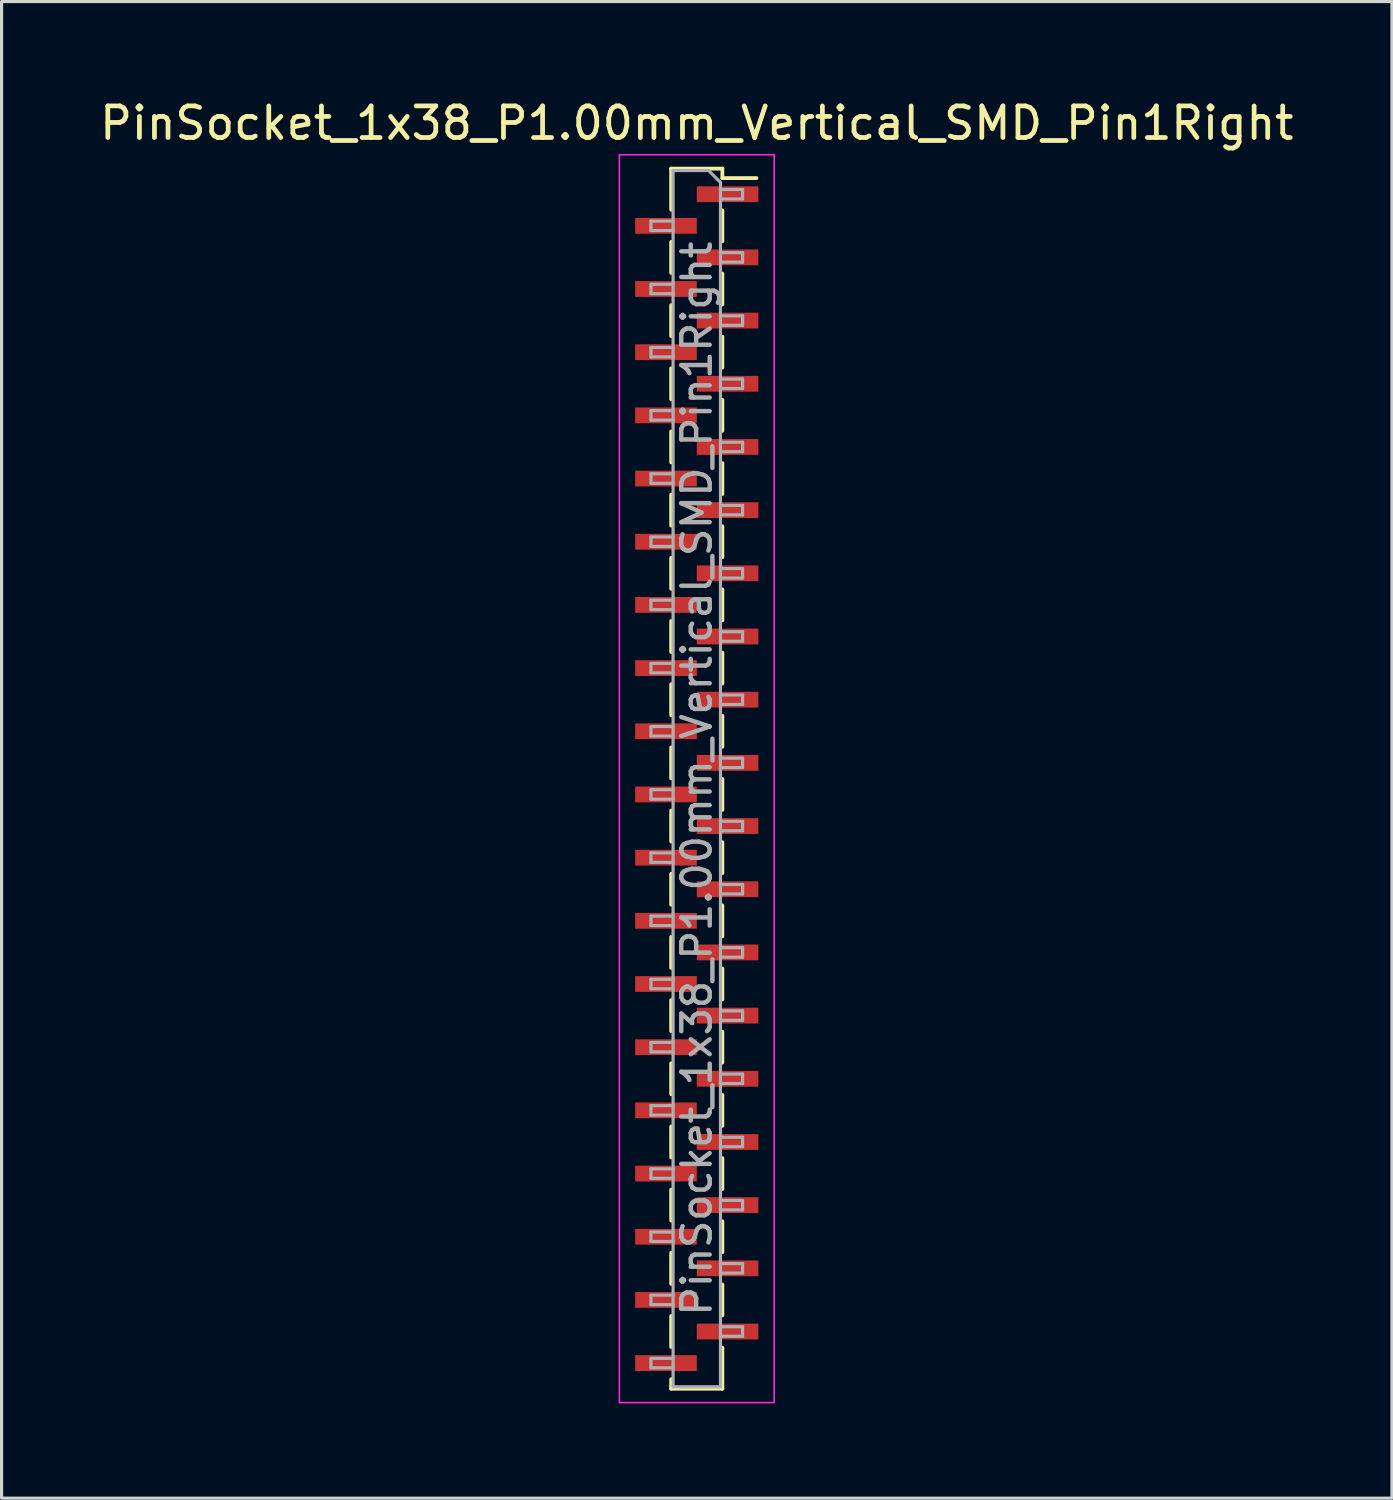
<source format=kicad_pcb>
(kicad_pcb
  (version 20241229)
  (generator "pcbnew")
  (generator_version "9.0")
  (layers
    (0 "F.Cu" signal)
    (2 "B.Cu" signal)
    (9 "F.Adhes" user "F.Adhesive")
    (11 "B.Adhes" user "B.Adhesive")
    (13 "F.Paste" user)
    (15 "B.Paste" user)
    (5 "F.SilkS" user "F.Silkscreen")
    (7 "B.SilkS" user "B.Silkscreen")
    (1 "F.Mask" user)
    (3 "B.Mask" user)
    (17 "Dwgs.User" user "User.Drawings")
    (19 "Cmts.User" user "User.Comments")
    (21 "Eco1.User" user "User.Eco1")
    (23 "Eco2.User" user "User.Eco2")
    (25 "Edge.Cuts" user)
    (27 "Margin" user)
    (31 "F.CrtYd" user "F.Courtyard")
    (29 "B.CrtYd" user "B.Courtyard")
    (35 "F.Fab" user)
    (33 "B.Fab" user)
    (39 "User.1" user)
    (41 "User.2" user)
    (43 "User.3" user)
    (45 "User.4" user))
  (footprint "PinSocket_1x38_P1.00mm_Vertical_SMD_Pin1Right"
    (layer "F.Cu")
    (at 19.006 21.598)
    (property "Reference" "PinSocket_1x38_P1.00mm_Vertical_SMD_Pin1Right" (at 0 -20.75 0) (layer "F.SilkS") (effects (font (size 1 1) (thickness 0.15))))
    (attr smd)
    (fp_line (start -0.81 -19.31) (end -0.81 -18.01) (stroke (width 0.12) (type solid)) (layer "F.SilkS"))
    (fp_line (start -0.81 -19.31) (end 0.81 -19.31) (stroke (width 0.12) (type solid)) (layer "F.SilkS"))
    (fp_line (start -0.81 -16.99) (end -0.81 -16.01) (stroke (width 0.12) (type solid)) (layer "F.SilkS"))
    (fp_line (start -0.81 -14.99) (end -0.81 -14.01) (stroke (width 0.12) (type solid)) (layer "F.SilkS"))
    (fp_line (start -0.81 -12.99) (end -0.81 -12.01) (stroke (width 0.12) (type solid)) (layer "F.SilkS"))
    (fp_line (start -0.81 -10.99) (end -0.81 -10.01) (stroke (width 0.12) (type solid)) (layer "F.SilkS"))
    (fp_line (start -0.81 -8.99) (end -0.81 -8.01) (stroke (width 0.12) (type solid)) (layer "F.SilkS"))
    (fp_line (start -0.81 -6.99) (end -0.81 -6.01) (stroke (width 0.12) (type solid)) (layer "F.SilkS"))
    (fp_line (start -0.81 -4.99) (end -0.81 -4.01) (stroke (width 0.12) (type solid)) (layer "F.SilkS"))
    (fp_line (start -0.81 -2.99) (end -0.81 -2.01) (stroke (width 0.12) (type solid)) (layer "F.SilkS"))
    (fp_line (start -0.81 -0.99) (end -0.81 -0.01) (stroke (width 0.12) (type solid)) (layer "F.SilkS"))
    (fp_line (start -0.81 1.01) (end -0.81 1.99) (stroke (width 0.12) (type solid)) (layer "F.SilkS"))
    (fp_line (start -0.81 3.01) (end -0.81 3.99) (stroke (width 0.12) (type solid)) (layer "F.SilkS"))
    (fp_line (start -0.81 5.01) (end -0.81 5.99) (stroke (width 0.12) (type solid)) (layer "F.SilkS"))
    (fp_line (start -0.81 7.01) (end -0.81 7.99) (stroke (width 0.12) (type solid)) (layer "F.SilkS"))
    (fp_line (start -0.81 9.01) (end -0.81 9.99) (stroke (width 0.12) (type solid)) (layer "F.SilkS"))
    (fp_line (start -0.81 11.01) (end -0.81 11.99) (stroke (width 0.12) (type solid)) (layer "F.SilkS"))
    (fp_line (start -0.81 13.01) (end -0.81 13.99) (stroke (width 0.12) (type solid)) (layer "F.SilkS"))
    (fp_line (start -0.81 15.01) (end -0.81 15.99) (stroke (width 0.12) (type solid)) (layer "F.SilkS"))
    (fp_line (start -0.81 17.01) (end -0.81 17.99) (stroke (width 0.12) (type solid)) (layer "F.SilkS"))
    (fp_line (start -0.81 19.01) (end -0.81 19.31) (stroke (width 0.12) (type solid)) (layer "F.SilkS"))
    (fp_line (start -0.81 19.31) (end 0.81 19.31) (stroke (width 0.12) (type solid)) (layer "F.SilkS"))
    (fp_line (start 0.81 -19.31) (end 0.81 -19.01) (stroke (width 0.12) (type solid)) (layer "F.SilkS"))
    (fp_line (start 0.81 -19.01) (end 1.89 -19.01) (stroke (width 0.12) (type solid)) (layer "F.SilkS"))
    (fp_line (start 0.81 -17.99) (end 0.81 -17.01) (stroke (width 0.12) (type solid)) (layer "F.SilkS"))
    (fp_line (start 0.81 -15.99) (end 0.81 -15.01) (stroke (width 0.12) (type solid)) (layer "F.SilkS"))
    (fp_line (start 0.81 -13.99) (end 0.81 -13.01) (stroke (width 0.12) (type solid)) (layer "F.SilkS"))
    (fp_line (start 0.81 -11.99) (end 0.81 -11.01) (stroke (width 0.12) (type solid)) (layer "F.SilkS"))
    (fp_line (start 0.81 -9.99) (end 0.81 -9.01) (stroke (width 0.12) (type solid)) (layer "F.SilkS"))
    (fp_line (start 0.81 -7.99) (end 0.81 -7.01) (stroke (width 0.12) (type solid)) (layer "F.SilkS"))
    (fp_line (start 0.81 -5.99) (end 0.81 -5.01) (stroke (width 0.12) (type solid)) (layer "F.SilkS"))
    (fp_line (start 0.81 -3.99) (end 0.81 -3.01) (stroke (width 0.12) (type solid)) (layer "F.SilkS"))
    (fp_line (start 0.81 -1.99) (end 0.81 -1.01) (stroke (width 0.12) (type solid)) (layer "F.SilkS"))
    (fp_line (start 0.81 0.01) (end 0.81 0.99) (stroke (width 0.12) (type solid)) (layer "F.SilkS"))
    (fp_line (start 0.81 2.01) (end 0.81 2.99) (stroke (width 0.12) (type solid)) (layer "F.SilkS"))
    (fp_line (start 0.81 4.01) (end 0.81 4.99) (stroke (width 0.12) (type solid)) (layer "F.SilkS"))
    (fp_line (start 0.81 6.01) (end 0.81 6.99) (stroke (width 0.12) (type solid)) (layer "F.SilkS"))
    (fp_line (start 0.81 8.01) (end 0.81 8.99) (stroke (width 0.12) (type solid)) (layer "F.SilkS"))
    (fp_line (start 0.81 10.01) (end 0.81 10.99) (stroke (width 0.12) (type solid)) (layer "F.SilkS"))
    (fp_line (start 0.81 12.01) (end 0.81 12.99) (stroke (width 0.12) (type solid)) (layer "F.SilkS"))
    (fp_line (start 0.81 14.01) (end 0.81 14.99) (stroke (width 0.12) (type solid)) (layer "F.SilkS"))
    (fp_line (start 0.81 16.01) (end 0.81 16.99) (stroke (width 0.12) (type solid)) (layer "F.SilkS"))
    (fp_line (start 0.81 18.01) (end 0.81 19.31) (stroke (width 0.12) (type solid)) (layer "F.SilkS"))
    (fp_line (start -2.45 -19.75) (end 2.45 -19.75) (stroke (width 0.05) (type solid)) (layer "F.CrtYd"))
    (fp_line (start -2.45 19.75) (end -2.45 -19.75) (stroke (width 0.05) (type solid)) (layer "F.CrtYd"))
    (fp_line (start 2.45 -19.75) (end 2.45 19.75) (stroke (width 0.05) (type solid)) (layer "F.CrtYd"))
    (fp_line (start 2.45 19.75) (end -2.45 19.75) (stroke (width 0.05) (type solid)) (layer "F.CrtYd"))
    (fp_line (start -1.45 -17.65) (end -0.75 -17.65) (stroke (width 0.1) (type solid)) (layer "F.Fab"))
    (fp_line (start -1.45 -17.35) (end -1.45 -17.65) (stroke (width 0.1) (type solid)) (layer "F.Fab"))
    (fp_line (start -1.45 -15.65) (end -0.75 -15.65) (stroke (width 0.1) (type solid)) (layer "F.Fab"))
    (fp_line (start -1.45 -15.35) (end -1.45 -15.65) (stroke (width 0.1) (type solid)) (layer "F.Fab"))
    (fp_line (start -1.45 -13.65) (end -0.75 -13.65) (stroke (width 0.1) (type solid)) (layer "F.Fab"))
    (fp_line (start -1.45 -13.35) (end -1.45 -13.65) (stroke (width 0.1) (type solid)) (layer "F.Fab"))
    (fp_line (start -1.45 -11.65) (end -0.75 -11.65) (stroke (width 0.1) (type solid)) (layer "F.Fab"))
    (fp_line (start -1.45 -11.35) (end -1.45 -11.65) (stroke (width 0.1) (type solid)) (layer "F.Fab"))
    (fp_line (start -1.45 -9.65) (end -0.75 -9.65) (stroke (width 0.1) (type solid)) (layer "F.Fab"))
    (fp_line (start -1.45 -9.35) (end -1.45 -9.65) (stroke (width 0.1) (type solid)) (layer "F.Fab"))
    (fp_line (start -1.45 -7.65) (end -0.75 -7.65) (stroke (width 0.1) (type solid)) (layer "F.Fab"))
    (fp_line (start -1.45 -7.35) (end -1.45 -7.65) (stroke (width 0.1) (type solid)) (layer "F.Fab"))
    (fp_line (start -1.45 -5.65) (end -0.75 -5.65) (stroke (width 0.1) (type solid)) (layer "F.Fab"))
    (fp_line (start -1.45 -5.35) (end -1.45 -5.65) (stroke (width 0.1) (type solid)) (layer "F.Fab"))
    (fp_line (start -1.45 -3.65) (end -0.75 -3.65) (stroke (width 0.1) (type solid)) (layer "F.Fab"))
    (fp_line (start -1.45 -3.35) (end -1.45 -3.65) (stroke (width 0.1) (type solid)) (layer "F.Fab"))
    (fp_line (start -1.45 -1.65) (end -0.75 -1.65) (stroke (width 0.1) (type solid)) (layer "F.Fab"))
    (fp_line (start -1.45 -1.35) (end -1.45 -1.65) (stroke (width 0.1) (type solid)) (layer "F.Fab"))
    (fp_line (start -1.45 0.35) (end -0.75 0.35) (stroke (width 0.1) (type solid)) (layer "F.Fab"))
    (fp_line (start -1.45 0.65) (end -1.45 0.35) (stroke (width 0.1) (type solid)) (layer "F.Fab"))
    (fp_line (start -1.45 2.35) (end -0.75 2.35) (stroke (width 0.1) (type solid)) (layer "F.Fab"))
    (fp_line (start -1.45 2.65) (end -1.45 2.35) (stroke (width 0.1) (type solid)) (layer "F.Fab"))
    (fp_line (start -1.45 4.35) (end -0.75 4.35) (stroke (width 0.1) (type solid)) (layer "F.Fab"))
    (fp_line (start -1.45 4.65) (end -1.45 4.35) (stroke (width 0.1) (type solid)) (layer "F.Fab"))
    (fp_line (start -1.45 6.35) (end -0.75 6.35) (stroke (width 0.1) (type solid)) (layer "F.Fab"))
    (fp_line (start -1.45 6.65) (end -1.45 6.35) (stroke (width 0.1) (type solid)) (layer "F.Fab"))
    (fp_line (start -1.45 8.35) (end -0.75 8.35) (stroke (width 0.1) (type solid)) (layer "F.Fab"))
    (fp_line (start -1.45 8.65) (end -1.45 8.35) (stroke (width 0.1) (type solid)) (layer "F.Fab"))
    (fp_line (start -1.45 10.35) (end -0.75 10.35) (stroke (width 0.1) (type solid)) (layer "F.Fab"))
    (fp_line (start -1.45 10.65) (end -1.45 10.35) (stroke (width 0.1) (type solid)) (layer "F.Fab"))
    (fp_line (start -1.45 12.35) (end -0.75 12.35) (stroke (width 0.1) (type solid)) (layer "F.Fab"))
    (fp_line (start -1.45 12.65) (end -1.45 12.35) (stroke (width 0.1) (type solid)) (layer "F.Fab"))
    (fp_line (start -1.45 14.35) (end -0.75 14.35) (stroke (width 0.1) (type solid)) (layer "F.Fab"))
    (fp_line (start -1.45 14.65) (end -1.45 14.35) (stroke (width 0.1) (type solid)) (layer "F.Fab"))
    (fp_line (start -1.45 16.35) (end -0.75 16.35) (stroke (width 0.1) (type solid)) (layer "F.Fab"))
    (fp_line (start -1.45 16.65) (end -1.45 16.35) (stroke (width 0.1) (type solid)) (layer "F.Fab"))
    (fp_line (start -1.45 18.35) (end -0.75 18.35) (stroke (width 0.1) (type solid)) (layer "F.Fab"))
    (fp_line (start -1.45 18.65) (end -1.45 18.35) (stroke (width 0.1) (type solid)) (layer "F.Fab"))
    (fp_line (start -0.75 -19.25) (end 0.375 -19.25) (stroke (width 0.1) (type solid)) (layer "F.Fab"))
    (fp_line (start -0.75 -17.35) (end -1.45 -17.35) (stroke (width 0.1) (type solid)) (layer "F.Fab"))
    (fp_line (start -0.75 -15.35) (end -1.45 -15.35) (stroke (width 0.1) (type solid)) (layer "F.Fab"))
    (fp_line (start -0.75 -13.35) (end -1.45 -13.35) (stroke (width 0.1) (type solid)) (layer "F.Fab"))
    (fp_line (start -0.75 -11.35) (end -1.45 -11.35) (stroke (width 0.1) (type solid)) (layer "F.Fab"))
    (fp_line (start -0.75 -9.35) (end -1.45 -9.35) (stroke (width 0.1) (type solid)) (layer "F.Fab"))
    (fp_line (start -0.75 -7.35) (end -1.45 -7.35) (stroke (width 0.1) (type solid)) (layer "F.Fab"))
    (fp_line (start -0.75 -5.35) (end -1.45 -5.35) (stroke (width 0.1) (type solid)) (layer "F.Fab"))
    (fp_line (start -0.75 -3.35) (end -1.45 -3.35) (stroke (width 0.1) (type solid)) (layer "F.Fab"))
    (fp_line (start -0.75 -1.35) (end -1.45 -1.35) (stroke (width 0.1) (type solid)) (layer "F.Fab"))
    (fp_line (start -0.75 0.65) (end -1.45 0.65) (stroke (width 0.1) (type solid)) (layer "F.Fab"))
    (fp_line (start -0.75 2.65) (end -1.45 2.65) (stroke (width 0.1) (type solid)) (layer "F.Fab"))
    (fp_line (start -0.75 4.65) (end -1.45 4.65) (stroke (width 0.1) (type solid)) (layer "F.Fab"))
    (fp_line (start -0.75 6.65) (end -1.45 6.65) (stroke (width 0.1) (type solid)) (layer "F.Fab"))
    (fp_line (start -0.75 8.65) (end -1.45 8.65) (stroke (width 0.1) (type solid)) (layer "F.Fab"))
    (fp_line (start -0.75 10.65) (end -1.45 10.65) (stroke (width 0.1) (type solid)) (layer "F.Fab"))
    (fp_line (start -0.75 12.65) (end -1.45 12.65) (stroke (width 0.1) (type solid)) (layer "F.Fab"))
    (fp_line (start -0.75 14.65) (end -1.45 14.65) (stroke (width 0.1) (type solid)) (layer "F.Fab"))
    (fp_line (start -0.75 16.65) (end -1.45 16.65) (stroke (width 0.1) (type solid)) (layer "F.Fab"))
    (fp_line (start -0.75 18.65) (end -1.45 18.65) (stroke (width 0.1) (type solid)) (layer "F.Fab"))
    (fp_line (start -0.75 19.25) (end -0.75 -19.25) (stroke (width 0.1) (type solid)) (layer "F.Fab"))
    (fp_line (start 0.375 -19.25) (end 0.75 -18.875) (stroke (width 0.1) (type solid)) (layer "F.Fab"))
    (fp_line (start 0.75 -18.875) (end 0.75 19.25) (stroke (width 0.1) (type solid)) (layer "F.Fab"))
    (fp_line (start 0.75 -18.65) (end 1.45 -18.65) (stroke (width 0.1) (type solid)) (layer "F.Fab"))
    (fp_line (start 0.75 -16.65) (end 1.45 -16.65) (stroke (width 0.1) (type solid)) (layer "F.Fab"))
    (fp_line (start 0.75 -14.65) (end 1.45 -14.65) (stroke (width 0.1) (type solid)) (layer "F.Fab"))
    (fp_line (start 0.75 -12.65) (end 1.45 -12.65) (stroke (width 0.1) (type solid)) (layer "F.Fab"))
    (fp_line (start 0.75 -10.65) (end 1.45 -10.65) (stroke (width 0.1) (type solid)) (layer "F.Fab"))
    (fp_line (start 0.75 -8.65) (end 1.45 -8.65) (stroke (width 0.1) (type solid)) (layer "F.Fab"))
    (fp_line (start 0.75 -6.65) (end 1.45 -6.65) (stroke (width 0.1) (type solid)) (layer "F.Fab"))
    (fp_line (start 0.75 -4.65) (end 1.45 -4.65) (stroke (width 0.1) (type solid)) (layer "F.Fab"))
    (fp_line (start 0.75 -2.65) (end 1.45 -2.65) (stroke (width 0.1) (type solid)) (layer "F.Fab"))
    (fp_line (start 0.75 -0.65) (end 1.45 -0.65) (stroke (width 0.1) (type solid)) (layer "F.Fab"))
    (fp_line (start 0.75 1.35) (end 1.45 1.35) (stroke (width 0.1) (type solid)) (layer "F.Fab"))
    (fp_line (start 0.75 3.35) (end 1.45 3.35) (stroke (width 0.1) (type solid)) (layer "F.Fab"))
    (fp_line (start 0.75 5.35) (end 1.45 5.35) (stroke (width 0.1) (type solid)) (layer "F.Fab"))
    (fp_line (start 0.75 7.35) (end 1.45 7.35) (stroke (width 0.1) (type solid)) (layer "F.Fab"))
    (fp_line (start 0.75 9.35) (end 1.45 9.35) (stroke (width 0.1) (type solid)) (layer "F.Fab"))
    (fp_line (start 0.75 11.35) (end 1.45 11.35) (stroke (width 0.1) (type solid)) (layer "F.Fab"))
    (fp_line (start 0.75 13.35) (end 1.45 13.35) (stroke (width 0.1) (type solid)) (layer "F.Fab"))
    (fp_line (start 0.75 15.35) (end 1.45 15.35) (stroke (width 0.1) (type solid)) (layer "F.Fab"))
    (fp_line (start 0.75 17.35) (end 1.45 17.35) (stroke (width 0.1) (type solid)) (layer "F.Fab"))
    (fp_line (start 0.75 19.25) (end -0.75 19.25) (stroke (width 0.1) (type solid)) (layer "F.Fab"))
    (fp_line (start 1.45 -18.65) (end 1.45 -18.35) (stroke (width 0.1) (type solid)) (layer "F.Fab"))
    (fp_line (start 1.45 -18.35) (end 0.75 -18.35) (stroke (width 0.1) (type solid)) (layer "F.Fab"))
    (fp_line (start 1.45 -16.65) (end 1.45 -16.35) (stroke (width 0.1) (type solid)) (layer "F.Fab"))
    (fp_line (start 1.45 -16.35) (end 0.75 -16.35) (stroke (width 0.1) (type solid)) (layer "F.Fab"))
    (fp_line (start 1.45 -14.65) (end 1.45 -14.35) (stroke (width 0.1) (type solid)) (layer "F.Fab"))
    (fp_line (start 1.45 -14.35) (end 0.75 -14.35) (stroke (width 0.1) (type solid)) (layer "F.Fab"))
    (fp_line (start 1.45 -12.65) (end 1.45 -12.35) (stroke (width 0.1) (type solid)) (layer "F.Fab"))
    (fp_line (start 1.45 -12.35) (end 0.75 -12.35) (stroke (width 0.1) (type solid)) (layer "F.Fab"))
    (fp_line (start 1.45 -10.65) (end 1.45 -10.35) (stroke (width 0.1) (type solid)) (layer "F.Fab"))
    (fp_line (start 1.45 -10.35) (end 0.75 -10.35) (stroke (width 0.1) (type solid)) (layer "F.Fab"))
    (fp_line (start 1.45 -8.65) (end 1.45 -8.35) (stroke (width 0.1) (type solid)) (layer "F.Fab"))
    (fp_line (start 1.45 -8.35) (end 0.75 -8.35) (stroke (width 0.1) (type solid)) (layer "F.Fab"))
    (fp_line (start 1.45 -6.65) (end 1.45 -6.35) (stroke (width 0.1) (type solid)) (layer "F.Fab"))
    (fp_line (start 1.45 -6.35) (end 0.75 -6.35) (stroke (width 0.1) (type solid)) (layer "F.Fab"))
    (fp_line (start 1.45 -4.65) (end 1.45 -4.35) (stroke (width 0.1) (type solid)) (layer "F.Fab"))
    (fp_line (start 1.45 -4.35) (end 0.75 -4.35) (stroke (width 0.1) (type solid)) (layer "F.Fab"))
    (fp_line (start 1.45 -2.65) (end 1.45 -2.35) (stroke (width 0.1) (type solid)) (layer "F.Fab"))
    (fp_line (start 1.45 -2.35) (end 0.75 -2.35) (stroke (width 0.1) (type solid)) (layer "F.Fab"))
    (fp_line (start 1.45 -0.65) (end 1.45 -0.35) (stroke (width 0.1) (type solid)) (layer "F.Fab"))
    (fp_line (start 1.45 -0.35) (end 0.75 -0.35) (stroke (width 0.1) (type solid)) (layer "F.Fab"))
    (fp_line (start 1.45 1.35) (end 1.45 1.65) (stroke (width 0.1) (type solid)) (layer "F.Fab"))
    (fp_line (start 1.45 1.65) (end 0.75 1.65) (stroke (width 0.1) (type solid)) (layer "F.Fab"))
    (fp_line (start 1.45 3.35) (end 1.45 3.65) (stroke (width 0.1) (type solid)) (layer "F.Fab"))
    (fp_line (start 1.45 3.65) (end 0.75 3.65) (stroke (width 0.1) (type solid)) (layer "F.Fab"))
    (fp_line (start 1.45 5.35) (end 1.45 5.65) (stroke (width 0.1) (type solid)) (layer "F.Fab"))
    (fp_line (start 1.45 5.65) (end 0.75 5.65) (stroke (width 0.1) (type solid)) (layer "F.Fab"))
    (fp_line (start 1.45 7.35) (end 1.45 7.65) (stroke (width 0.1) (type solid)) (layer "F.Fab"))
    (fp_line (start 1.45 7.65) (end 0.75 7.65) (stroke (width 0.1) (type solid)) (layer "F.Fab"))
    (fp_line (start 1.45 9.35) (end 1.45 9.65) (stroke (width 0.1) (type solid)) (layer "F.Fab"))
    (fp_line (start 1.45 9.65) (end 0.75 9.65) (stroke (width 0.1) (type solid)) (layer "F.Fab"))
    (fp_line (start 1.45 11.35) (end 1.45 11.65) (stroke (width 0.1) (type solid)) (layer "F.Fab"))
    (fp_line (start 1.45 11.65) (end 0.75 11.65) (stroke (width 0.1) (type solid)) (layer "F.Fab"))
    (fp_line (start 1.45 13.35) (end 1.45 13.65) (stroke (width 0.1) (type solid)) (layer "F.Fab"))
    (fp_line (start 1.45 13.65) (end 0.75 13.65) (stroke (width 0.1) (type solid)) (layer "F.Fab"))
    (fp_line (start 1.45 15.35) (end 1.45 15.65) (stroke (width 0.1) (type solid)) (layer "F.Fab"))
    (fp_line (start 1.45 15.65) (end 0.75 15.65) (stroke (width 0.1) (type solid)) (layer "F.Fab"))
    (fp_line (start 1.45 17.35) (end 1.45 17.65) (stroke (width 0.1) (type solid)) (layer "F.Fab"))
    (fp_line (start 1.45 17.65) (end 0.75 17.65) (stroke (width 0.1) (type solid)) (layer "F.Fab"))
    (fp_text user "${REFERENCE}" (at 0 0 90) (layer "F.Fab") (effects (font (size 0.9 0.9) (thickness 0.14))))
    (pad "1" smd rect (at 0.975 -18.5) (size 1.95 0.5) (layers "F.Cu" "F.Mask" "F.Paste"))
    (pad "2" smd rect (at -0.975 -17.5) (size 1.95 0.5) (layers "F.Cu" "F.Mask" "F.Paste"))
    (pad "3" smd rect (at 0.975 -16.5) (size 1.95 0.5) (layers "F.Cu" "F.Mask" "F.Paste"))
    (pad "4" smd rect (at -0.975 -15.5) (size 1.95 0.5) (layers "F.Cu" "F.Mask" "F.Paste"))
    (pad "5" smd rect (at 0.975 -14.5) (size 1.95 0.5) (layers "F.Cu" "F.Mask" "F.Paste"))
    (pad "6" smd rect (at -0.975 -13.5) (size 1.95 0.5) (layers "F.Cu" "F.Mask" "F.Paste"))
    (pad "7" smd rect (at 0.975 -12.5) (size 1.95 0.5) (layers "F.Cu" "F.Mask" "F.Paste"))
    (pad "8" smd rect (at -0.975 -11.5) (size 1.95 0.5) (layers "F.Cu" "F.Mask" "F.Paste"))
    (pad "9" smd rect (at 0.975 -10.5) (size 1.95 0.5) (layers "F.Cu" "F.Mask" "F.Paste"))
    (pad "10" smd rect (at -0.975 -9.5) (size 1.95 0.5) (layers "F.Cu" "F.Mask" "F.Paste"))
    (pad "11" smd rect (at 0.975 -8.5) (size 1.95 0.5) (layers "F.Cu" "F.Mask" "F.Paste"))
    (pad "12" smd rect (at -0.975 -7.5) (size 1.95 0.5) (layers "F.Cu" "F.Mask" "F.Paste"))
    (pad "13" smd rect (at 0.975 -6.5) (size 1.95 0.5) (layers "F.Cu" "F.Mask" "F.Paste"))
    (pad "14" smd rect (at -0.975 -5.5) (size 1.95 0.5) (layers "F.Cu" "F.Mask" "F.Paste"))
    (pad "15" smd rect (at 0.975 -4.5) (size 1.95 0.5) (layers "F.Cu" "F.Mask" "F.Paste"))
    (pad "16" smd rect (at -0.975 -3.5) (size 1.95 0.5) (layers "F.Cu" "F.Mask" "F.Paste"))
    (pad "17" smd rect (at 0.975 -2.5) (size 1.95 0.5) (layers "F.Cu" "F.Mask" "F.Paste"))
    (pad "18" smd rect (at -0.975 -1.5) (size 1.95 0.5) (layers "F.Cu" "F.Mask" "F.Paste"))
    (pad "19" smd rect (at 0.975 -0.5) (size 1.95 0.5) (layers "F.Cu" "F.Mask" "F.Paste"))
    (pad "20" smd rect (at -0.975 0.5) (size 1.95 0.5) (layers "F.Cu" "F.Mask" "F.Paste"))
    (pad "21" smd rect (at 0.975 1.5) (size 1.95 0.5) (layers "F.Cu" "F.Mask" "F.Paste"))
    (pad "22" smd rect (at -0.975 2.5) (size 1.95 0.5) (layers "F.Cu" "F.Mask" "F.Paste"))
    (pad "23" smd rect (at 0.975 3.5) (size 1.95 0.5) (layers "F.Cu" "F.Mask" "F.Paste"))
    (pad "24" smd rect (at -0.975 4.5) (size 1.95 0.5) (layers "F.Cu" "F.Mask" "F.Paste"))
    (pad "25" smd rect (at 0.975 5.5) (size 1.95 0.5) (layers "F.Cu" "F.Mask" "F.Paste"))
    (pad "26" smd rect (at -0.975 6.5) (size 1.95 0.5) (layers "F.Cu" "F.Mask" "F.Paste"))
    (pad "27" smd rect (at 0.975 7.5) (size 1.95 0.5) (layers "F.Cu" "F.Mask" "F.Paste"))
    (pad "28" smd rect (at -0.975 8.5) (size 1.95 0.5) (layers "F.Cu" "F.Mask" "F.Paste"))
    (pad "29" smd rect (at 0.975 9.5) (size 1.95 0.5) (layers "F.Cu" "F.Mask" "F.Paste"))
    (pad "30" smd rect (at -0.975 10.5) (size 1.95 0.5) (layers "F.Cu" "F.Mask" "F.Paste"))
    (pad "31" smd rect (at 0.975 11.5) (size 1.95 0.5) (layers "F.Cu" "F.Mask" "F.Paste"))
    (pad "32" smd rect (at -0.975 12.5) (size 1.95 0.5) (layers "F.Cu" "F.Mask" "F.Paste"))
    (pad "33" smd rect (at 0.975 13.5) (size 1.95 0.5) (layers "F.Cu" "F.Mask" "F.Paste"))
    (pad "34" smd rect (at -0.975 14.5) (size 1.95 0.5) (layers "F.Cu" "F.Mask" "F.Paste"))
    (pad "35" smd rect (at 0.975 15.5) (size 1.95 0.5) (layers "F.Cu" "F.Mask" "F.Paste"))
    (pad "36" smd rect (at -0.975 16.5) (size 1.95 0.5) (layers "F.Cu" "F.Mask" "F.Paste"))
    (pad "37" smd rect (at 0.975 17.5) (size 1.95 0.5) (layers "F.Cu" "F.Mask" "F.Paste"))
    (pad "38" smd rect (at -0.975 18.5) (size 1.95 0.5) (layers "F.Cu" "F.Mask" "F.Paste")))
  (gr_rect
    (start -3 -3)
    (end 41.012 44.373)
    (stroke (width 0.1) (type default))
    (fill no)
    (layer "Edge.Cuts")))
</source>
